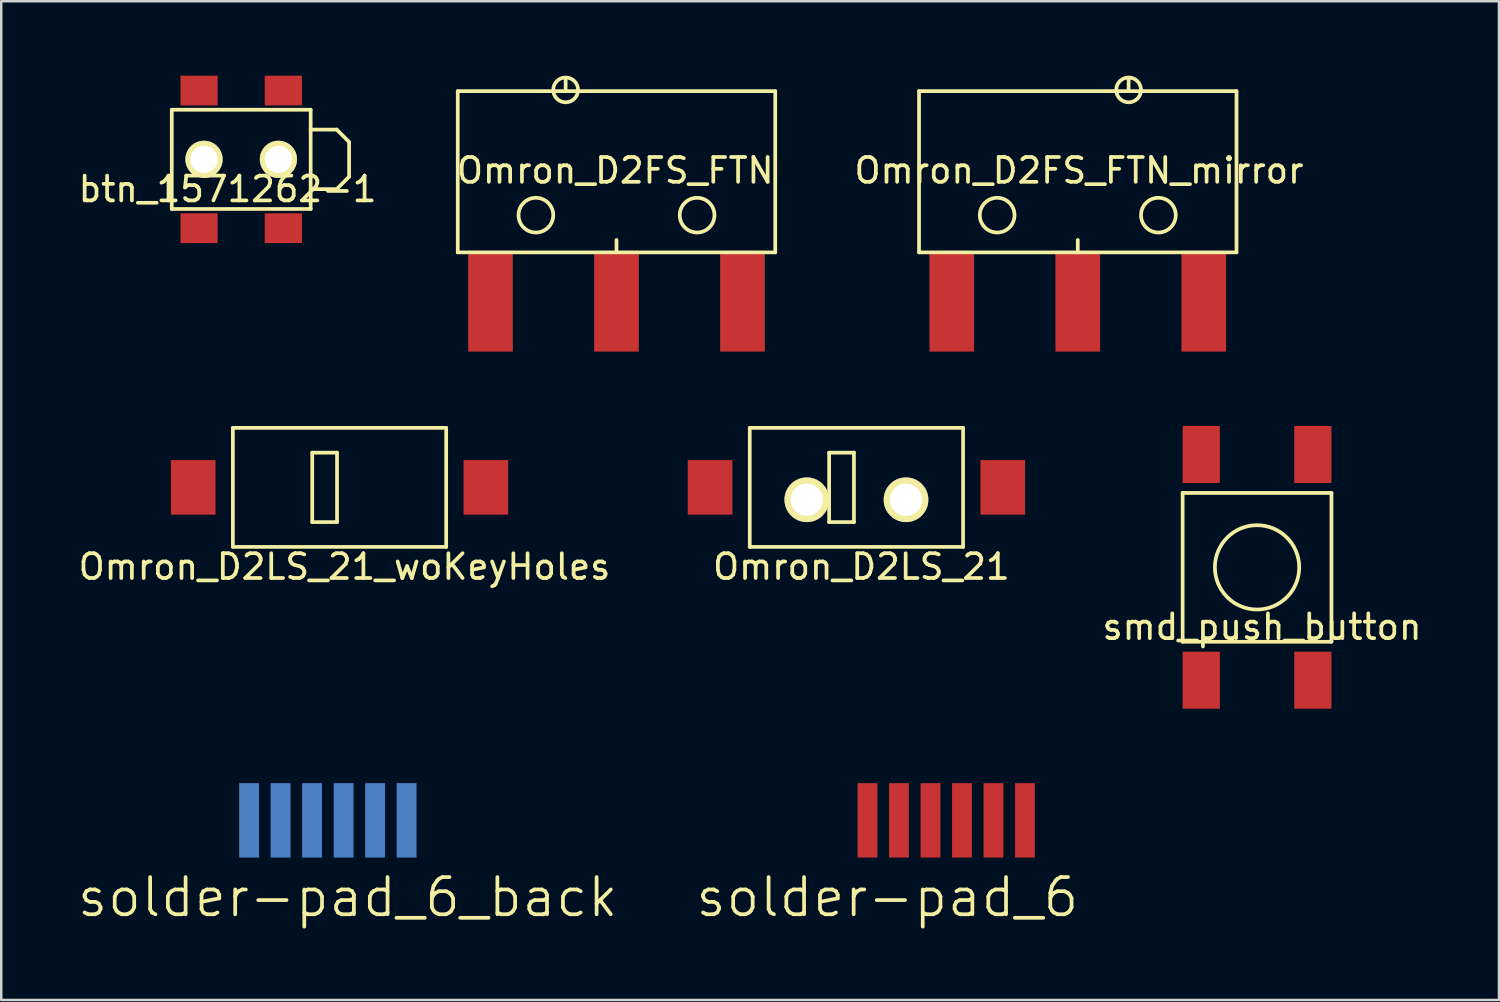
<source format=kicad_pcb>
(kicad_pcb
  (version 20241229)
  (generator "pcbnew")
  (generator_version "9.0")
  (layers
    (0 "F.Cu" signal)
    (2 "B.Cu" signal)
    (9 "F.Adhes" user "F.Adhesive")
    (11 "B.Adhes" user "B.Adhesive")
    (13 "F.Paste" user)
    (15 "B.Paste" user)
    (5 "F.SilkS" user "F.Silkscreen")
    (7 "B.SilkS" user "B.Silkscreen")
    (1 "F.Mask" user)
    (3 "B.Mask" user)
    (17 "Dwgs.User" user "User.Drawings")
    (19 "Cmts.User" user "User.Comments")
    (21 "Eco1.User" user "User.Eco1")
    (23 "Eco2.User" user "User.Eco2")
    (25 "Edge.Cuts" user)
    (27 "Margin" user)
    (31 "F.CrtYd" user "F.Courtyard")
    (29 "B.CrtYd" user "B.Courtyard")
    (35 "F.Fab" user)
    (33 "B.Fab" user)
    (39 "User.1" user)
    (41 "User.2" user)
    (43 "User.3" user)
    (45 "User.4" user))
  (footprint "Omron_D2LS_21_woKeyHoles"
    (layer "F.Cu")
    (at 10.639 16.6)
    (property "Reference" "Omron_D2LS_21_woKeyHoles" (at 0.2 3.2 0) (layer "F.SilkS") (effects (font (size 1 1) (thickness 0.15))))
    (attr through_hole)
    (fp_line (start -4.3 -2.4) (end 4.3 -2.4) (stroke (width 0.15) (type solid)) (layer "F.SilkS"))
    (fp_line (start -4.3 2.4) (end -4.3 -2.4) (stroke (width 0.15) (type solid)) (layer "F.SilkS"))
    (fp_line (start -1.1 -1.4) (end -0.1 -1.4) (stroke (width 0.15) (type solid)) (layer "F.SilkS"))
    (fp_line (start -1.1 1.4) (end -1.1 -1.4) (stroke (width 0.15) (type solid)) (layer "F.SilkS"))
    (fp_line (start -0.1 -1.4) (end -0.1 1.4) (stroke (width 0.15) (type solid)) (layer "F.SilkS"))
    (fp_line (start -0.1 1.4) (end -1.1 1.4) (stroke (width 0.15) (type solid)) (layer "F.SilkS"))
    (fp_line (start 4.3 -2.4) (end 4.3 2.4) (stroke (width 0.15) (type solid)) (layer "F.SilkS"))
    (fp_line (start 4.3 2.4) (end -4.3 2.4) (stroke (width 0.15) (type solid)) (layer "F.SilkS"))
    (pad "1" smd rect (at -5.9 0) (size 1.8 2.2) (layers "F.Cu" "F.Mask" "F.Paste"))
    (pad "2" smd rect (at 5.9 0) (size 1.8 2.2) (layers "F.Cu" "F.Mask" "F.Paste")))
  (footprint "Omron_D2LS_21"
    (layer "F.Cu")
    (at 31.479 16.6)
    (property "Reference" "Omron_D2LS_21" (at 0.2 3.2 0) (layer "F.SilkS") (effects (font (size 1 1) (thickness 0.15))))
    (attr through_hole)
    (fp_line (start -4.3 -2.4) (end 4.3 -2.4) (stroke (width 0.15) (type solid)) (layer "F.SilkS"))
    (fp_line (start -4.3 2.4) (end -4.3 -2.4) (stroke (width 0.15) (type solid)) (layer "F.SilkS"))
    (fp_line (start -1.1 -1.4) (end -0.1 -1.4) (stroke (width 0.15) (type solid)) (layer "F.SilkS"))
    (fp_line (start -1.1 1.4) (end -1.1 -1.4) (stroke (width 0.15) (type solid)) (layer "F.SilkS"))
    (fp_line (start -0.1 -1.4) (end -0.1 1.4) (stroke (width 0.15) (type solid)) (layer "F.SilkS"))
    (fp_line (start -0.1 1.4) (end -1.1 1.4) (stroke (width 0.15) (type solid)) (layer "F.SilkS"))
    (fp_line (start 4.3 -2.4) (end 4.3 2.4) (stroke (width 0.15) (type solid)) (layer "F.SilkS"))
    (fp_line (start 4.3 2.4) (end -4.3 2.4) (stroke (width 0.15) (type solid)) (layer "F.SilkS"))
    (pad "" thru_hole circle (at -2 0.5) (size 1.8 1.8) (drill 1.3) (layers "*.Cu" "*.Mask" "F.SilkS"))
    (pad "" thru_hole circle (at 2 0.5) (size 1.8 1.8) (drill 1.3) (layers "*.Cu" "*.Mask" "F.SilkS"))
    (pad "1" smd rect (at -5.9 0) (size 1.8 2.2) (layers "F.Cu" "F.Mask" "F.Paste"))
    (pad "2" smd rect (at 5.9 0) (size 1.8 2.2) (layers "F.Cu" "F.Mask" "F.Paste")))
  (footprint "smd_push_button"
    (layer "F.Cu")
    (at 47.632 19.825)
    (property "Reference" "smd_push_button" (at 0.2 2.4 0) (layer "F.SilkS") (effects (font (size 1 1) (thickness 0.15))))
    (attr through_hole)
    (fp_line (start -3 -3) (end 3 -3) (stroke (width 0.15) (type solid)) (layer "F.SilkS"))
    (fp_line (start -3 3) (end -3 -3) (stroke (width 0.15) (type solid)) (layer "F.SilkS"))
    (fp_line (start 3 -3) (end 3 3) (stroke (width 0.15) (type solid)) (layer "F.SilkS"))
    (fp_line (start 3 3) (end -3 3) (stroke (width 0.15) (type solid)) (layer "F.SilkS"))
    (fp_circle (center 0 0) (end 0 -1.7) (stroke (width 0.15) (type solid)) (fill no) (layer "F.SilkS"))
    (pad "1" smd rect (at -2.25 -4.55) (size 1.5 2.3) (layers "F.Cu" "F.Mask" "F.Paste"))
    (pad "1" smd rect (at 2.25 -4.55) (size 1.5 2.3) (layers "F.Cu" "F.Mask" "F.Paste"))
    (pad "2" smd rect (at -2.25 4.55) (size 1.5 2.3) (layers "F.Cu" "F.Mask" "F.Paste"))
    (pad "2" smd rect (at 2.25 4.55) (size 1.5 2.3) (layers "F.Cu" "F.Mask" "F.Paste")))
  (footprint "Omron_D2FS_FTN_mirror"
    (layer "F.Cu")
    (at 43.604 7.125)
    (property "Reference" "Omron_D2FS_FTN_mirror" (at -3.15 -3.3 0) (layer "F.SilkS") (effects (font (size 1 1) (thickness 0.15))))
    (attr through_hole)
    (fp_line (start -9.6 -6.5) (end -9.6 0) (stroke (width 0.15) (type solid)) (layer "F.SilkS"))
    (fp_line (start -9.6 0) (end 3.2 0) (stroke (width 0.15) (type solid)) (layer "F.SilkS"))
    (fp_line (start -3.2 0) (end -3.2 -0.5) (stroke (width 0.15) (type solid)) (layer "F.SilkS"))
    (fp_line (start -1.15 -6.55) (end -1.15 -7) (stroke (width 0.15) (type solid)) (layer "F.SilkS"))
    (fp_line (start 3.2 -6.5) (end -9.6 -6.5) (stroke (width 0.15) (type solid)) (layer "F.SilkS"))
    (fp_line (start 3.2 0) (end 3.2 -6.5) (stroke (width 0.15) (type solid)) (layer "F.SilkS"))
    (fp_circle (center -6.45 -1.5) (end -6.45 -0.8) (stroke (width 0.15) (type solid)) (fill no) (layer "F.SilkS"))
    (fp_circle (center -1.15 -6.55) (end -1.15 -7.05) (stroke (width 0.15) (type solid)) (fill no) (layer "F.SilkS"))
    (fp_circle (center 0.05 -1.5) (end 0.05 -0.8) (stroke (width 0.15) (type solid)) (fill no) (layer "F.SilkS"))
    (pad "1" smd rect (at 1.88 2 180) (size 1.8 4) (layers "F.Cu" "F.Mask" "F.Paste"))
    (pad "2" smd rect (at -3.2 2 180) (size 1.8 4) (layers "F.Cu" "F.Mask" "F.Paste"))
    (pad "3" smd rect (at -8.28 2 180) (size 1.8 4) (layers "F.Cu" "F.Mask" "F.Paste")))
  (footprint "solder-pad_6_back"
    (layer "F.Cu")
    (at 10.168 30.025)
    (property "Reference" "solder-pad_6_back" (at 0.8 3.1 0) (layer "F.SilkS") (effects (font (size 1.5 1.5) (thickness 0.15))))
    (attr through_hole)
    (pad "1" smd rect (at -3.175 0) (size 0.8 3) (layers "B.Cu" "B.Mask" "B.Paste"))
    (pad "2" smd rect (at -1.905 0) (size 0.8 3) (layers "B.Cu" "B.Mask" "B.Paste"))
    (pad "3" smd rect (at -0.635 0) (size 0.8 3) (layers "B.Cu" "B.Mask" "B.Paste"))
    (pad "4" smd rect (at 0.635 0) (size 0.8 3) (layers "B.Cu" "B.Mask" "B.Paste"))
    (pad "5" smd rect (at 1.905 0) (size 0.8 3) (layers "B.Cu" "B.Mask" "B.Paste"))
    (pad "6" smd rect (at 3.175 0) (size 0.8 3) (layers "B.Cu" "B.Mask" "B.Paste")))
  (footprint "btn_1571262-1"
    (layer "F.Cu")
    (at 6.675 3.375)
    (property "Reference" "btn_1571262-1" (at -0.55 1.2 0) (layer "F.SilkS") (effects (font (size 1 1) (thickness 0.15))))
    (attr through_hole)
    (fp_line (start -2.8 -2) (end 2.8 -2) (stroke (width 0.15) (type solid)) (layer "F.SilkS"))
    (fp_line (start -2.8 2) (end -2.8 -2) (stroke (width 0.15) (type solid)) (layer "F.SilkS"))
    (fp_line (start 2.8 -2) (end 2.8 2) (stroke (width 0.15) (type solid)) (layer "F.SilkS"))
    (fp_line (start 2.8 2) (end -2.8 2) (stroke (width 0.15) (type solid)) (layer "F.SilkS"))
    (fp_line (start 3.85 -1.2) (end 2.8 -1.2) (stroke (width 0.15) (type solid)) (layer "F.SilkS"))
    (fp_line (start 3.85 1.2) (end 2.8 1.2) (stroke (width 0.15) (type solid)) (layer "F.SilkS"))
    (fp_line (start 4.35 -0.7) (end 3.85 -1.2) (stroke (width 0.15) (type solid)) (layer "F.SilkS"))
    (fp_line (start 4.35 -0.7) (end 4.35 0.7) (stroke (width 0.15) (type solid)) (layer "F.SilkS"))
    (fp_line (start 4.35 0.7) (end 3.85 1.2) (stroke (width 0.15) (type solid)) (layer "F.SilkS"))
    (pad "" thru_hole circle (at -1.5 0) (size 1.5 1.5) (drill 1.1) (layers "*.Cu" "*.Mask" "F.SilkS"))
    (pad "" thru_hole circle (at 1.5 0) (size 1.5 1.5) (drill 1.1) (layers "*.Cu" "*.Mask" "F.SilkS"))
    (pad "1" smd rect (at -1.7 -2.775) (size 1.5 1.2) (layers "F.Cu" "F.Mask" "F.Paste"))
    (pad "1" smd rect (at -1.7 2.775) (size 1.5 1.2) (layers "F.Cu" "F.Mask" "F.Paste"))
    (pad "2" smd rect (at 1.7 -2.775) (size 1.5 1.2) (layers "F.Cu" "F.Mask" "F.Paste"))
    (pad "2" smd rect (at 1.7 2.775) (size 1.5 1.2) (layers "F.Cu" "F.Mask" "F.Paste")))
  (footprint "solder-pad_6"
    (layer "F.Cu")
    (at 31.925 30.025)
    (property "Reference" "solder-pad_6" (at 0.8 3.1 0) (layer "F.SilkS") (effects (font (size 1.5 1.5) (thickness 0.15))))
    (attr through_hole)
    (pad "" smd rect (at 1.27 0) (size 0.8 3) (layers "F.Cu" "F.Mask" "F.Paste"))
    (pad "" smd rect (at 2.54 0) (size 0.8 3) (layers "F.Cu" "F.Mask" "F.Paste"))
    (pad "" smd rect (at 3.81 0) (size 0.8 3) (layers "F.Cu" "F.Mask" "F.Paste"))
    (pad "" smd rect (at 5.08 0) (size 0.8 3) (layers "F.Cu" "F.Mask" "F.Paste"))
    (pad "" smd rect (at 6.35 0) (size 0.8 3) (layers "F.Cu" "F.Mask" "F.Paste"))
    (pad "1" smd rect (at 0 0) (size 0.8 3) (layers "F.Cu" "F.Mask" "F.Paste")))
  (footprint "Omron_D2FS_FTN"
    (layer "F.Cu")
    (at 21.806 7.125)
    (property "Reference" "Omron_D2FS_FTN" (at -0.05 -3.3 0) (layer "F.SilkS") (effects (font (size 1 1) (thickness 0.15))))
    (attr through_hole)
    (fp_line (start -6.4 -6.5) (end 6.4 -6.5) (stroke (width 0.15) (type solid)) (layer "F.SilkS"))
    (fp_line (start -6.4 0) (end -6.4 -6.5) (stroke (width 0.15) (type solid)) (layer "F.SilkS"))
    (fp_line (start -2.05 -6.55) (end -2.05 -7) (stroke (width 0.15) (type solid)) (layer "F.SilkS"))
    (fp_line (start 0 0) (end 0 -0.5) (stroke (width 0.15) (type solid)) (layer "F.SilkS"))
    (fp_line (start 6.4 -6.5) (end 6.4 0) (stroke (width 0.15) (type solid)) (layer "F.SilkS"))
    (fp_line (start 6.4 0) (end -6.4 0) (stroke (width 0.15) (type solid)) (layer "F.SilkS"))
    (fp_circle (center -3.25 -1.5) (end -3.25 -0.8) (stroke (width 0.15) (type solid)) (fill no) (layer "F.SilkS"))
    (fp_circle (center -2.05 -6.55) (end -2.05 -7.05) (stroke (width 0.15) (type solid)) (fill no) (layer "F.SilkS"))
    (fp_circle (center 3.25 -1.5) (end 3.25 -0.8) (stroke (width 0.15) (type solid)) (fill no) (layer "F.SilkS"))
    (pad "1" smd rect (at -5.08 2) (size 1.8 4) (layers "F.Cu" "F.Mask" "F.Paste"))
    (pad "2" smd rect (at 0 2) (size 1.8 4) (layers "F.Cu" "F.Mask" "F.Paste"))
    (pad "3" smd rect (at 5.08 2) (size 1.8 4) (layers "F.Cu" "F.Mask" "F.Paste")))
  (gr_rect
    (start -3 -3)
    (end 57.386 37.266)
    (stroke (width 0.1) (type default))
    (fill no)
    (layer "Edge.Cuts")))
</source>
